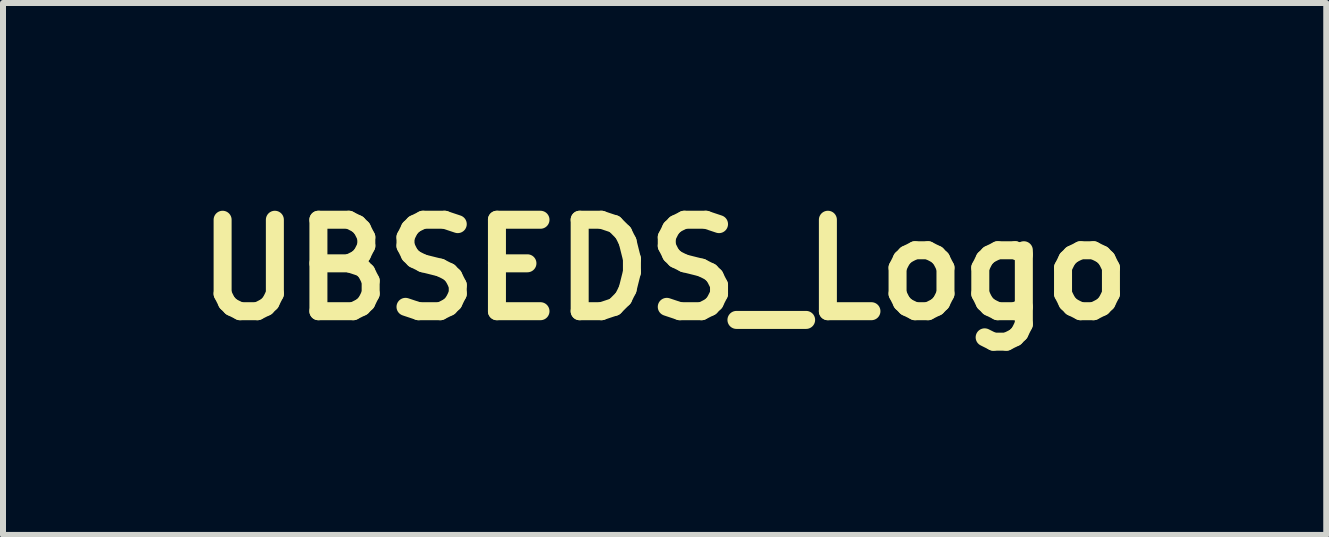
<source format=kicad_pcb>
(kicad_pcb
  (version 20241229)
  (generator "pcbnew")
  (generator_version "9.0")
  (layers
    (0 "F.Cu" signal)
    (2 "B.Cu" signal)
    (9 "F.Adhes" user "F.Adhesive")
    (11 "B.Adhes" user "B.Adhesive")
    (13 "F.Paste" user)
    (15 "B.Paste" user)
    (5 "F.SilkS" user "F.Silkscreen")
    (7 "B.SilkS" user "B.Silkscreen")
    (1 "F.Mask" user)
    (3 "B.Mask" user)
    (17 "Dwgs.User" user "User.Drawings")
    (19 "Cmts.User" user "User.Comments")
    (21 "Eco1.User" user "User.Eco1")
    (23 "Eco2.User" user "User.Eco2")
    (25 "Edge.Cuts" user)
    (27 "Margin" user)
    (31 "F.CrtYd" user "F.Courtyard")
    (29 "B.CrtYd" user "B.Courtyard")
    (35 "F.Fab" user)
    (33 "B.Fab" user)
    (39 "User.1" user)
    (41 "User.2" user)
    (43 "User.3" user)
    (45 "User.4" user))
  (footprint "UBSEDS_Logo"
    (layer "F.Cu")
    (at 8.026 1.447)
    (property "Reference" "UBSEDS_Logo" (at 0 0 0) (layer "F.SilkS") (effects (font (size 1.524 1.524) (thickness 0.3))))
    (attr board_only exclude_from_pos_files exclude_from_bom)
    (fp_poly (pts (xy -0.807 -1.446) (xy -0.791 -1.446) (xy -0.779 -1.446) (xy -0.769 -1.445) (xy -0.761 -1.445) (xy -0.754 -1.443) (xy -0.747 -1.442) (xy -0.739 -1.44) (xy -0.71 -1.43) (xy -0.684 -1.417) (xy -0.663 -1.402) (xy -0.646 -1.384) (xy -0.633 -1.363) (xy -0.625 -1.344) (xy -0.622 -1.337) (xy -0.621 -1.33) (xy -0.62 -1.322) (xy -0.619 -1.313) (xy -0.619 -1.3) (xy -0.619 -1.285) (xy -0.619 -1.268) (xy -0.619 -1.255) (xy -0.62 -1.244) (xy -0.621 -1.234) (xy -0.624 -1.224) (xy -0.626 -1.216) (xy -0.639 -1.172) (xy -0.656 -1.127) (xy -0.678 -1.079) (xy -0.703 -1.029) (xy -0.733 -0.978) (xy -0.734 -0.977) (xy -0.741 -0.965) (xy -0.747 -0.955) (xy -0.753 -0.946) (xy -0.756 -0.941) (xy -0.761 -0.932) (xy 0.692 -0.932) (xy 0.797 -0.933) (xy 0.896 -0.933) (xy 0.991 -0.933) (xy 1.081 -0.933) (xy 1.167 -0.933) (xy 1.247 -0.933) (xy 1.324 -0.932) (xy 1.396 -0.932) (xy 1.464 -0.932) (xy 1.528 -0.932) (xy 1.588 -0.932) (xy 1.644 -0.932) (xy 1.696 -0.932) (xy 1.746 -0.932) (xy 1.791 -0.932) (xy 1.834 -0.932) (xy 1.873 -0.932) (xy 1.91 -0.932) (xy 1.944 -0.932) (xy 1.975 -0.932) (xy 2.003 -0.931) (xy 2.029 -0.931) (xy 2.053 -0.931) (xy 2.074 -0.931) (xy 2.094 -0.93) (xy 2.111 -0.93) (xy 2.127 -0.93) (xy 2.141 -0.93) (xy 2.154 -0.929) (xy 2.165 -0.929) (xy 2.175 -0.929) (xy 2.184 -0.928) (xy 2.192 -0.928) (xy 2.199 -0.927) (xy 2.205 -0.927) (xy 2.211 -0.926) (xy 2.216 -0.926) (xy 2.221 -0.925) (xy 2.226 -0.925) (xy 2.23 -0.924) (xy 2.235 -0.923) (xy 2.236 -0.923) (xy 2.299 -0.912) (xy 2.359 -0.897) (xy 2.415 -0.878) (xy 2.467 -0.856) (xy 2.516 -0.829) (xy 2.562 -0.798) (xy 2.604 -0.764) (xy 2.643 -0.725) (xy 2.679 -0.683) (xy 2.711 -0.637) (xy 2.739 -0.587) (xy 2.764 -0.533) (xy 2.785 -0.476) (xy 2.803 -0.414) (xy 2.817 -0.349) (xy 2.828 -0.281) (xy 2.832 -0.251) (xy 2.834 -0.222) (xy 2.836 -0.193) (xy 2.838 -0.162) (xy 2.838 -0.129) (xy 2.838 -0.093) (xy 2.838 -0.06) (xy 2.836 -0.000236) (xy 2.833 0.055) (xy 2.827 0.107) (xy 2.82 0.156) (xy 2.811 0.203) (xy 2.8 0.248) (xy 2.788 0.289) (xy 2.78 0.313) (xy 2.77 0.338) (xy 2.76 0.363) (xy 2.749 0.388) (xy 2.738 0.411) (xy 2.727 0.43) (xy 2.72 0.443) (xy 2.716 0.449) (xy 2.714 0.454) (xy 2.714 0.454) (xy 2.716 0.455) (xy 2.724 0.455) (xy 2.736 0.455) (xy 2.753 0.455) (xy 2.774 0.455) (xy 2.799 0.455) (xy 2.828 0.455) (xy 2.861 0.455) (xy 2.897 0.455) (xy 2.936 0.455) (xy 2.978 0.455) (xy 3.022 0.455) (xy 3.069 0.455) (xy 3.118 0.455) (xy 3.17 0.455) (xy 3.223 0.455) (xy 3.277 0.455) (xy 3.306 0.455) (xy 3.897 0.454) (xy 3.918 0.449) (xy 3.945 0.44) (xy 3.967 0.43) (xy 3.987 0.419) (xy 4.005 0.406) (xy 4.014 0.397) (xy 4.033 0.375) (xy 4.048 0.351) (xy 4.058 0.325) (xy 4.065 0.296) (xy 4.068 0.263) (xy 4.069 0.247) (xy 4.067 0.215) (xy 4.062 0.185) (xy 4.054 0.159) (xy 4.042 0.136) (xy 4.027 0.114) (xy 4.02 0.107) (xy 4.002 0.09) (xy 3.98 0.076) (xy 3.956 0.064) (xy 3.928 0.054) (xy 3.898 0.046) (xy 3.894 0.045) (xy 3.89 0.045) (xy 3.885 0.044) (xy 3.88 0.043) (xy 3.874 0.043) (xy 3.867 0.042) (xy 3.857 0.042) (xy 3.846 0.041) (xy 3.833 0.041) (xy 3.816 0.041) (xy 3.797 0.041) (xy 3.775 0.04) (xy 3.749 0.04) (xy 3.719 0.04) (xy 3.685 0.04) (xy 3.646 0.039) (xy 3.607 0.039) (xy 3.562 0.039) (xy 3.522 0.038) (xy 3.487 0.038) (xy 3.456 0.038) (xy 3.428 0.037) (xy 3.404 0.037) (xy 3.383 0.037) (xy 3.364 0.036) (xy 3.348 0.036) (xy 3.334 0.035) (xy 3.322 0.034) (xy 3.31 0.033) (xy 3.3 0.032) (xy 3.29 0.031) (xy 3.28 0.03) (xy 3.27 0.028) (xy 3.259 0.026) (xy 3.255 0.026) (xy 3.203 0.015) (xy 3.154 0.001) (xy 3.108 -0.017) (xy 3.065 -0.039) (xy 3.039 -0.055) (xy 3.022 -0.068) (xy 3.004 -0.083) (xy 2.985 -0.101) (xy 2.967 -0.12) (xy 2.951 -0.138) (xy 2.939 -0.155) (xy 2.939 -0.155) (xy 2.916 -0.191) (xy 2.898 -0.231) (xy 2.883 -0.273) (xy 2.872 -0.318) (xy 2.866 -0.35) (xy 2.864 -0.366) (xy 2.862 -0.386) (xy 2.861 -0.408) (xy 2.861 -0.433) (xy 2.861 -0.458) (xy 2.861 -0.483) (xy 2.862 -0.506) (xy 2.863 -0.526) (xy 2.865 -0.543) (xy 2.866 -0.548) (xy 2.876 -0.597) (xy 2.889 -0.643) (xy 2.905 -0.684) (xy 2.925 -0.722) (xy 2.948 -0.757) (xy 2.975 -0.789) (xy 2.987 -0.801) (xy 3.02 -0.83) (xy 3.057 -0.856) (xy 3.097 -0.877) (xy 3.141 -0.896) (xy 3.189 -0.91) (xy 3.24 -0.922) (xy 3.296 -0.929) (xy 3.299 -0.93) (xy 3.306 -0.93) (xy 3.317 -0.93) (xy 3.334 -0.931) (xy 3.355 -0.931) (xy 3.382 -0.931) (xy 3.413 -0.931) (xy 3.449 -0.932) (xy 3.49 -0.932) (xy 3.536 -0.932) (xy 3.586 -0.932) (xy 3.64 -0.932) (xy 3.699 -0.932) (xy 3.763 -0.932) (xy 3.816 -0.932) (xy 4.305 -0.932) (xy 4.305 -0.638) (xy 3.813 -0.637) (xy 3.322 -0.637) (xy 3.297 -0.63) (xy 3.274 -0.623) (xy 3.255 -0.615) (xy 3.238 -0.606) (xy 3.225 -0.598) (xy 3.205 -0.58) (xy 3.187 -0.558) (xy 3.173 -0.533) (xy 3.163 -0.505) (xy 3.161 -0.498) (xy 3.158 -0.48) (xy 3.156 -0.459) (xy 3.155 -0.436) (xy 3.156 -0.414) (xy 3.158 -0.394) (xy 3.161 -0.38) (xy 3.171 -0.351) (xy 3.186 -0.325) (xy 3.204 -0.303) (xy 3.226 -0.284) (xy 3.25 -0.27) (xy 3.28 -0.258) (xy 3.313 -0.249) (xy 3.348 -0.243) (xy 3.35 -0.242) (xy 3.358 -0.242) (xy 3.37 -0.241) (xy 3.388 -0.241) (xy 3.41 -0.241) (xy 3.437 -0.24) (xy 3.468 -0.24) (xy 3.503 -0.24) (xy 3.543 -0.24) (xy 3.586 -0.24) (xy 3.605 -0.24) (xy 3.642 -0.24) (xy 3.677 -0.239) (xy 3.711 -0.239) (xy 3.743 -0.239) (xy 3.773 -0.239) (xy 3.8 -0.239) (xy 3.823 -0.238) (xy 3.843 -0.238) (xy 3.858 -0.237) (xy 3.869 -0.237) (xy 3.873 -0.237) (xy 3.933 -0.231) (xy 3.989 -0.221) (xy 4.041 -0.209) (xy 4.089 -0.192) (xy 4.133 -0.173) (xy 4.173 -0.15) (xy 4.209 -0.124) (xy 4.242 -0.094) (xy 4.252 -0.083) (xy 4.281 -0.047) (xy 4.305 -0.009) (xy 4.325 0.032) (xy 4.34 0.076) (xy 4.352 0.123) (xy 4.36 0.174) (xy 4.364 0.227) (xy 4.364 0.28) (xy 4.36 0.335) (xy 4.353 0.386) (xy 4.342 0.433) (xy 4.327 0.478) (xy 4.308 0.519) (xy 4.285 0.557) (xy 4.258 0.592) (xy 4.24 0.612) (xy 4.209 0.64) (xy 4.175 0.665) (xy 4.138 0.687) (xy 4.098 0.706) (xy 4.054 0.721) (xy 4.006 0.734) (xy 3.954 0.744) (xy 3.932 0.747) (xy 3.929 0.747) (xy 3.927 0.747) (xy 3.923 0.748) (xy 3.919 0.748) (xy 3.914 0.748) (xy 3.909 0.748) (xy 3.902 0.749) (xy 3.894 0.749) (xy 3.885 0.749) (xy 3.875 0.749) (xy 3.863 0.75) (xy 3.85 0.75) (xy 3.835 0.75) (xy 3.818 0.75) (xy 3.799 0.75) (xy 3.778 0.75) (xy 3.754 0.75) (xy 3.729 0.751) (xy 3.7 0.751) (xy 3.67 0.751) (xy 3.636 0.751) (xy 3.6 0.751) (xy 3.56 0.751) (xy 3.517 0.751) (xy 3.472 0.751) (xy 3.422 0.751) (xy 3.37 0.751) (xy 3.313 0.751) (xy 3.253 0.751) (xy 3.189 0.751) (xy 3.121 0.751) (xy 3.049 0.751) (xy 2.972 0.751) (xy 2.892 0.751) (xy 2.806 0.751) (xy 2.716 0.751) (xy 2.621 0.751) (xy 2.522 0.751) (xy 2.417 0.751) (xy 2.369 0.751) (xy 2.258 0.751) (xy 2.153 0.751) (xy 2.053 0.751) (xy 1.958 0.751) (xy 1.867 0.751) (xy 1.781 0.751) (xy 1.7 0.751) (xy 1.623 0.751) (xy 1.551 0.751) (xy 1.482 0.751) (xy 1.418 0.751) (xy 1.358 0.751) (xy 1.301 0.751) (xy 1.248 0.751) (xy 1.199 0.751) (xy 1.154 0.751) (xy 1.111 0.751) (xy 1.072 0.751) (xy 1.037 0.75) (xy 1.004 0.75) (xy 0.974 0.75) (xy 0.947 0.75) (xy 0.923 0.75) (xy 0.902 0.75) (xy 0.883 0.75) (xy 0.866 0.749) (xy 0.852 0.749) (xy 0.84 0.749) (xy 0.829 0.749) (xy 0.821 0.749) (xy 0.815 0.748) (xy 0.81 0.748) (xy 0.807 0.748) (xy 0.742 0.739) (xy 0.68 0.727) (xy 0.623 0.712) (xy 0.569 0.693) (xy 0.519 0.671) (xy 0.472 0.645) (xy 0.428 0.616) (xy 0.388 0.583) (xy 0.351 0.546) (xy 0.336 0.53) (xy 0.303 0.487) (xy 0.272 0.44) (xy 0.245 0.389) (xy 0.222 0.334) (xy 0.202 0.276) (xy 0.185 0.214) (xy 0.173 0.15) (xy 0.172 0.146) (xy 0.164 0.085) (xy 0.158 0.023) (xy 0.155 -0.041) (xy 0.154 -0.106) (xy 0.156 -0.17) (xy 0.159 -0.216) (xy 0.455 -0.216) (xy 1.112 -0.216) (xy 1.112 0.039) (xy 0.455 0.039) (xy 0.457 0.053) (xy 0.465 0.107) (xy 0.477 0.158) (xy 0.491 0.204) (xy 0.508 0.246) (xy 0.528 0.283) (xy 0.551 0.317) (xy 0.577 0.347) (xy 0.607 0.373) (xy 0.64 0.395) (xy 0.676 0.414) (xy 0.716 0.429) (xy 0.759 0.441) (xy 0.771 0.444) (xy 0.786 0.447) (xy 0.802 0.449) (xy 0.817 0.452) (xy 0.827 0.453) (xy 0.834 0.453) (xy 0.845 0.454) (xy 0.86 0.454) (xy 0.879 0.454) (xy 0.901 0.454) (xy 0.926 0.455) (xy 0.953 0.455) (xy 0.982 0.455) (xy 1.012 0.455) (xy 1.043 0.455) (xy 1.075 0.455) (xy 1.107 0.455) (xy 1.139 0.455) (xy 1.17 0.455) (xy 1.199 0.455) (xy 1.227 0.455) (xy 1.253 0.455) (xy 1.277 0.455) (xy 1.297 0.455) (xy 1.314 0.454) (xy 1.328 0.454) (xy 1.337 0.454) (xy 1.341 0.453) (xy 1.341 0.453) (xy 1.342 0.453) (xy 1.343 0.452) (xy 1.343 0.451) (xy 1.343 0.449) (xy 1.344 0.446) (xy 1.344 0.442) (xy 1.345 0.437) (xy 1.345 0.431) (xy 1.345 0.422) (xy 1.345 0.412) (xy 1.346 0.399) (xy 1.346 0.384) (xy 1.346 0.367) (xy 1.346 0.347) (xy 1.346 0.323) (xy 1.346 0.297) (xy 1.346 0.267) (xy 1.346 0.233) (xy 1.346 0.196) (xy 1.346 0.154) (xy 1.346 0.109) (xy 1.346 0.059) (xy 1.346 0.004) (xy 1.346 -0.056) (xy 1.346 -0.09) (xy 1.346 -0.091) (xy 1.649 -0.091) (xy 1.649 -0.029) (xy 1.649 0.029) (xy 1.649 0.082) (xy 1.649 0.13) (xy 1.649 0.174) (xy 1.649 0.213) (xy 1.649 0.249) (xy 1.649 0.281) (xy 1.649 0.31) (xy 1.649 0.335) (xy 1.649 0.357) (xy 1.649 0.376) (xy 1.649 0.392) (xy 1.65 0.406) (xy 1.65 0.417) (xy 1.65 0.427) (xy 1.65 0.435) (xy 1.651 0.441) (xy 1.651 0.445) (xy 1.651 0.448) (xy 1.652 0.451) (xy 1.652 0.452) (xy 1.653 0.453) (xy 1.653 0.453) (xy 1.657 0.453) (xy 1.665 0.454) (xy 1.679 0.454) (xy 1.698 0.455) (xy 1.722 0.455) (xy 1.751 0.455) (xy 1.785 0.455) (xy 1.824 0.456) (xy 1.868 0.456) (xy 1.897 0.456) (xy 1.94 0.456) (xy 1.978 0.456) (xy 2.011 0.456) (xy 2.04 0.455) (xy 2.065 0.455) (xy 2.087 0.455) (xy 2.106 0.455) (xy 2.121 0.455) (xy 2.135 0.454) (xy 2.146 0.454) (xy 2.155 0.453) (xy 2.163 0.453) (xy 2.17 0.452) (xy 2.17 0.452) (xy 2.219 0.444) (xy 2.264 0.433) (xy 2.306 0.419) (xy 2.343 0.401) (xy 2.378 0.38) (xy 2.408 0.355) (xy 2.436 0.326) (xy 2.46 0.293) (xy 2.481 0.257) (xy 2.499 0.216) (xy 2.513 0.171) (xy 2.525 0.122) (xy 2.534 0.071) (xy 2.539 0.024) (xy 2.543 -0.025) (xy 2.544 -0.075) (xy 2.544 -0.126) (xy 2.542 -0.176) (xy 2.537 -0.224) (xy 2.532 -0.27) (xy 2.525 -0.307) (xy 2.513 -0.356) (xy 2.498 -0.4) (xy 2.48 -0.44) (xy 2.46 -0.475) (xy 2.436 -0.507) (xy 2.409 -0.536) (xy 2.379 -0.56) (xy 2.37 -0.567) (xy 2.342 -0.583) (xy 2.313 -0.598) (xy 2.282 -0.61) (xy 2.248 -0.62) (xy 2.21 -0.628) (xy 2.192 -0.631) (xy 2.186 -0.632) (xy 2.18 -0.633) (xy 2.174 -0.633) (xy 2.168 -0.634) (xy 2.16 -0.635) (xy 2.151 -0.635) (xy 2.141 -0.635) (xy 2.128 -0.636) (xy 2.114 -0.636) (xy 2.096 -0.636) (xy 2.076 -0.637) (xy 2.052 -0.637) (xy 2.024 -0.637) (xy 1.992 -0.637) (xy 1.956 -0.637) (xy 1.915 -0.637) (xy 1.91 -0.637) (xy 1.862 -0.638) (xy 1.818 -0.638) (xy 1.78 -0.638) (xy 1.747 -0.638) (xy 1.719 -0.637) (xy 1.696 -0.637) (xy 1.678 -0.637) (xy 1.665 -0.636) (xy 1.658 -0.636) (xy 1.656 -0.636) (xy 1.649 -0.633) (xy 1.649 -0.091) (xy 1.346 -0.091) (xy 1.346 -0.152) (xy 1.346 -0.21) (xy 1.346 -0.263) (xy 1.346 -0.311) (xy 1.346 -0.355) (xy 1.346 -0.395) (xy 1.346 -0.43) (xy 1.346 -0.462) (xy 1.346 -0.491) (xy 1.346 -0.516) (xy 1.346 -0.538) (xy 1.346 -0.557) (xy 1.346 -0.573) (xy 1.345 -0.587) (xy 1.345 -0.599) (xy 1.345 -0.608) (xy 1.345 -0.616) (xy 1.344 -0.621) (xy 1.344 -0.626) (xy 1.343 -0.629) (xy 1.343 -0.631) (xy 1.343 -0.633) (xy 1.342 -0.633) (xy 1.339 -0.634) (xy 1.331 -0.634) (xy 1.318 -0.635) (xy 1.302 -0.635) (xy 1.282 -0.636) (xy 1.26 -0.636) (xy 1.234 -0.637) (xy 1.207 -0.637) (xy 1.178 -0.637) (xy 1.148 -0.638) (xy 1.117 -0.638) (xy 1.085 -0.638) (xy 1.054 -0.638) (xy 1.023 -0.638) (xy 0.993 -0.638) (xy 0.965 -0.638) (xy 0.939 -0.638) (xy 0.914 -0.637) (xy 0.893 -0.637) (xy 0.875 -0.637) (xy 0.86 -0.636) (xy 0.85 -0.635) (xy 0.849 -0.635) (xy 0.798 -0.63) (xy 0.751 -0.62) (xy 0.707 -0.608) (xy 0.668 -0.591) (xy 0.631 -0.572) (xy 0.599 -0.548) (xy 0.57 -0.521) (xy 0.544 -0.49) (xy 0.522 -0.454) (xy 0.502 -0.415) (xy 0.486 -0.372) (xy 0.477 -0.34) (xy 0.472 -0.319) (xy 0.467 -0.296) (xy 0.462 -0.271) (xy 0.459 -0.247) (xy 0.457 -0.232) (xy 0.455 -0.216) (xy 0.159 -0.216) (xy 0.161 -0.233) (xy 0.168 -0.294) (xy 0.177 -0.352) (xy 0.188 -0.404) (xy 0.203 -0.457) (xy 0.22 -0.509) (xy 0.241 -0.558) (xy 0.263 -0.603) (xy 0.271 -0.618) (xy 0.276 -0.626) (xy 0.28 -0.633) (xy 0.281 -0.636) (xy 0.281 -0.637) (xy 0.279 -0.637) (xy 0.271 -0.637) (xy 0.259 -0.637) (xy 0.242 -0.637) (xy 0.221 -0.637) (xy 0.196 -0.637) (xy 0.167 -0.637) (xy 0.134 -0.637) (xy 0.098 -0.637) (xy 0.059 -0.638) (xy 0.017 -0.638) (xy -0.027 -0.638) (xy -0.074 -0.638) (xy -0.124 -0.638) (xy -0.175 -0.637) (xy -0.228 -0.637) (xy -0.282 -0.637) (xy -0.313 -0.637) (xy -0.379 -0.637) (xy -0.44 -0.637) (xy -0.497 -0.637) (xy -0.548 -0.637) (xy -0.596 -0.637) (xy -0.639 -0.637) (xy -0.678 -0.637) (xy -0.714 -0.637) (xy -0.746 -0.636) (xy -0.774 -0.636) (xy -0.8 -0.636) (xy -0.822 -0.636) (xy -0.842 -0.636) (xy -0.859 -0.635) (xy -0.874 -0.635) (xy -0.887 -0.634) (xy -0.898 -0.634) (xy -0.908 -0.633) (xy -0.916 -0.633) (xy -0.922 -0.632) (xy -0.928 -0.631) (xy -0.933 -0.63) (xy -0.937 -0.629) (xy -0.941 -0.628) (xy -0.944 -0.627) (xy -0.948 -0.626) (xy -0.951 -0.625) (xy -0.955 -0.623) (xy -0.957 -0.623) (xy -0.984 -0.611) (xy -1.008 -0.595) (xy -1.029 -0.576) (xy -1.046 -0.554) (xy -1.054 -0.539) (xy -1.061 -0.523) (xy -1.067 -0.509) (xy -1.07 -0.495) (xy -1.073 -0.479) (xy -1.074 -0.461) (xy -1.074 -0.44) (xy -1.074 -0.439) (xy -1.074 -0.422) (xy -1.074 -0.409) (xy -1.073 -0.398) (xy -1.071 -0.389) (xy -1.069 -0.381) (xy -1.068 -0.377) (xy -1.058 -0.349) (xy -1.045 -0.325) (xy -1.028 -0.304) (xy -1.007 -0.286) (xy -0.982 -0.271) (xy -0.953 -0.259) (xy -0.92 -0.249) (xy -0.912 -0.247) (xy -0.907 -0.246) (xy -0.903 -0.245) (xy -0.899 -0.244) (xy -0.893 -0.244) (xy -0.887 -0.243) (xy -0.88 -0.243) (xy -0.87 -0.242) (xy -0.859 -0.242) (xy -0.845 -0.242) (xy -0.829 -0.241) (xy -0.81 -0.241) (xy -0.788 -0.241) (xy -0.762 -0.241) (xy -0.732 -0.24) (xy -0.697 -0.24) (xy -0.659 -0.24) (xy -0.617 -0.24) (xy -0.572 -0.239) (xy -0.531 -0.239) (xy -0.494 -0.239) (xy -0.462 -0.238) (xy -0.434 -0.238) (xy -0.409 -0.238) (xy -0.387 -0.237) (xy -0.368 -0.237) (xy -0.351 -0.236) (xy -0.336 -0.235) (xy -0.323 -0.234) (xy -0.311 -0.233) (xy -0.3 -0.232) (xy -0.29 -0.231) (xy -0.28 -0.229) (xy -0.269 -0.227) (xy -0.259 -0.225) (xy -0.247 -0.223) (xy -0.246 -0.223) (xy -0.193 -0.21) (xy -0.145 -0.194) (xy -0.1 -0.174) (xy -0.059 -0.151) (xy -0.022 -0.124) (xy 0.011 -0.094) (xy 0.04 -0.061) (xy 0.066 -0.023) (xy 0.088 0.017) (xy 0.1 0.047) (xy 0.113 0.085) (xy 0.123 0.126) (xy 0.13 0.17) (xy 0.134 0.216) (xy 0.135 0.263) (xy 0.133 0.311) (xy 0.129 0.35) (xy 0.12 0.401) (xy 0.107 0.449) (xy 0.089 0.494) (xy 0.068 0.536) (xy 0.055 0.556) (xy 0.042 0.574) (xy 0.026 0.593) (xy 0.008 0.613) (xy -0.012 0.631) (xy -0.031 0.648) (xy -0.048 0.661) (xy -0.087 0.684) (xy -0.129 0.704) (xy -0.174 0.72) (xy -0.221 0.734) (xy -0.271 0.743) (xy -0.273 0.743) (xy -0.281 0.744) (xy -0.289 0.745) (xy -0.298 0.746) (xy -0.306 0.747) (xy -0.316 0.748) (xy -0.326 0.749) (xy -0.337 0.749) (xy -0.35 0.75) (xy -0.365 0.75) (xy -0.381 0.751) (xy -0.4 0.751) (xy -0.421 0.751) (xy -0.445 0.752) (xy -0.472 0.752) (xy -0.501 0.752) (xy -0.535 0.752) (xy -0.571 0.752) (xy -0.612 0.752) (xy -0.657 0.753) (xy -0.706 0.753) (xy -0.759 0.753) (xy -0.818 0.753) (xy -0.857 0.753) (xy -1.341 0.753) (xy -1.341 0.456) (xy -0.848 0.456) (xy -0.788 0.456) (xy -0.733 0.456) (xy -0.683 0.456) (xy -0.637 0.456) (xy -0.595 0.456) (xy -0.558 0.456) (xy -0.524 0.456) (xy -0.494 0.455) (xy -0.467 0.455) (xy -0.444 0.455) (xy -0.424 0.455) (xy -0.406 0.455) (xy -0.39 0.455) (xy -0.377 0.454) (xy -0.367 0.454) (xy -0.357 0.454) (xy -0.35 0.453) (xy -0.344 0.453) (xy -0.339 0.453) (xy -0.334 0.452) (xy -0.331 0.452) (xy -0.331 0.452) (xy -0.297 0.444) (xy -0.267 0.432) (xy -0.24 0.417) (xy -0.217 0.398) (xy -0.198 0.376) (xy -0.182 0.351) (xy -0.173 0.328) (xy -0.168 0.309) (xy -0.164 0.289) (xy -0.162 0.268) (xy -0.162 0.243) (xy -0.162 0.235) (xy -0.165 0.203) (xy -0.171 0.175) (xy -0.18 0.15) (xy -0.193 0.127) (xy -0.206 0.111) (xy -0.223 0.095) (xy -0.243 0.081) (xy -0.267 0.068) (xy -0.293 0.057) (xy -0.307 0.052) (xy -0.316 0.05) (xy -0.324 0.048) (xy -0.332 0.046) (xy -0.34 0.045) (xy -0.35 0.044) (xy -0.36 0.043) (xy -0.373 0.042) (xy -0.387 0.041) (xy -0.403 0.04) (xy -0.423 0.04) (xy -0.445 0.04) (xy -0.471 0.039) (xy -0.501 0.039) (xy -0.534 0.039) (xy -0.573 0.039) (xy -0.608 0.039) (xy -0.642 0.039) (xy -0.677 0.039) (xy -0.71 0.039) (xy -0.741 0.039) (xy -0.771 0.038) (xy -0.798 0.038) (xy -0.822 0.038) (xy -0.842 0.037) (xy -0.858 0.037) (xy -0.87 0.037) (xy -0.874 0.036) (xy -0.933 0.031) (xy -0.989 0.023) (xy -1.04 0.012) (xy -1.087 -0.003) (xy -1.131 -0.021) (xy -1.171 -0.043) (xy -1.208 -0.068) (xy -1.214 -0.073) (xy -1.244 -0.099) (xy -1.271 -0.128) (xy -1.295 -0.161) (xy -1.316 -0.195) (xy -1.332 -0.23) (xy -1.339 -0.248) (xy -1.345 -0.265) (xy -1.372 -0.241) (xy -1.37 -0.229) (xy -1.366 -0.208) (xy -1.364 -0.182) (xy -1.361 -0.154) (xy -1.36 -0.123) (xy -1.359 -0.092) (xy -1.358 -0.06) (xy -1.358 -0.029) (xy -1.359 -0.001) (xy -1.361 0.025) (xy -1.362 0.031) (xy -1.372 0.106) (xy -1.387 0.178) (xy -1.407 0.249) (xy -1.431 0.317) (xy -1.461 0.384) (xy -1.494 0.448) (xy -1.532 0.51) (xy -1.575 0.569) (xy -1.621 0.625) (xy -1.672 0.678) (xy -1.727 0.728) (xy -1.749 0.746) (xy -1.781 0.77) (xy -1.816 0.794) (xy -1.853 0.818) (xy -1.89 0.84) (xy -1.927 0.86) (xy -1.95 0.872) (xy -2.018 0.901) (xy -2.087 0.925) (xy -2.157 0.944) (xy -2.228 0.959) (xy -2.3 0.968) (xy -2.372 0.972) (xy -2.444 0.972) (xy -2.515 0.966) (xy -2.587 0.955) (xy -2.657 0.94) (xy -2.727 0.919) (xy -2.796 0.894) (xy -2.822 0.882) (xy -2.851 0.87) (xy -2.918 0.908) (xy -3.005 0.957) (xy -3.089 1.003) (xy -3.171 1.046) (xy -3.251 1.085) (xy -3.328 1.122) (xy -3.403 1.156) (xy -3.475 1.186) (xy -3.544 1.214) (xy -3.61 1.238) (xy -3.673 1.259) (xy -3.734 1.276) (xy -3.79 1.291) (xy -3.844 1.301) (xy -3.894 1.309) (xy -3.941 1.313) (xy -3.984 1.314) (xy -4.009 1.312) (xy -4.041 1.308) (xy -4.071 1.3) (xy -4.098 1.289) (xy -4.121 1.276) (xy -4.14 1.259) (xy -4.155 1.241) (xy -4.161 1.23) (xy -4.167 1.217) (xy -4.172 1.204) (xy -4.175 1.19) (xy -4.177 1.174) (xy -4.177 1.173) (xy -4.178 1.143) (xy -4.175 1.109) (xy -4.167 1.073) (xy -4.156 1.034) (xy -4.14 0.993) (xy -4.12 0.949) (xy -4.097 0.903) (xy -4.069 0.855) (xy -4.059 0.839) (xy -3.764 0.839) (xy -3.764 0.86) (xy -3.763 0.88) (xy -3.759 0.897) (xy -3.759 0.9) (xy -3.749 0.924) (xy -3.735 0.944) (xy -3.717 0.962) (xy -3.695 0.976) (xy -3.669 0.987) (xy -3.639 0.995) (xy -3.626 0.997) (xy -3.612 0.999) (xy -3.595 0.999) (xy -3.575 0.999) (xy -3.553 0.999) (xy -3.53 0.997) (xy -3.508 0.996) (xy -3.487 0.993) (xy -3.472 0.991) (xy -3.42 0.981) (xy -3.365 0.967) (xy -3.308 0.95) (xy -3.249 0.931) (xy -3.186 0.907) (xy -3.121 0.881) (xy -3.053 0.851) (xy -3.011 0.832) (xy -2.997 0.825) (xy -2.984 0.819) (xy -2.974 0.813) (xy -2.967 0.81) (xy -2.964 0.808) (xy -2.964 0.807) (xy -2.966 0.805) (xy -2.971 0.801) (xy -2.979 0.795) (xy -2.989 0.788) (xy -3.015 0.771) (xy -3.044 0.784) (xy -3.095 0.806) (xy -3.145 0.826) (xy -3.196 0.844) (xy -3.246 0.86) (xy -3.294 0.874) (xy -3.339 0.886) (xy -3.381 0.895) (xy -3.39 0.896) (xy -3.408 0.899) (xy -3.429 0.901) (xy -3.452 0.902) (xy -3.474 0.903) (xy -3.496 0.902) (xy -3.516 0.901) (xy -3.532 0.9) (xy -3.543 0.898) (xy -3.569 0.889) (xy -3.592 0.877) (xy -3.611 0.861) (xy -3.626 0.843) (xy -3.636 0.822) (xy -3.641 0.805) (xy -3.643 0.79) (xy -3.643 0.772) (xy -3.642 0.751) (xy -3.639 0.731) (xy -3.635 0.711) (xy -3.634 0.707) (xy -3.624 0.673) (xy -3.609 0.636) (xy -3.59 0.596) (xy -3.579 0.576) (xy -3.371 0.576) (xy -3.37 0.602) (xy -3.364 0.624) (xy -3.354 0.644) (xy -3.341 0.66) (xy -3.323 0.674) (xy -3.301 0.684) (xy -3.275 0.691) (xy -3.264 0.693) (xy -3.25 0.694) (xy -3.233 0.694) (xy -3.214 0.694) (xy -3.194 0.693) (xy -3.175 0.691) (xy -3.158 0.689) (xy -3.158 0.689) (xy -3.142 0.686) (xy -3.132 0.685) (xy -3.126 0.683) (xy -3.124 0.68) (xy -3.127 0.675) (xy -3.133 0.668) (xy -3.143 0.658) (xy -3.147 0.654) (xy -3.19 0.606) (xy -3.231 0.556) (xy -3.268 0.502) (xy -3.301 0.448) (xy -3.306 0.439) (xy -3.319 0.416) (xy -3.326 0.43) (xy -3.335 0.449) (xy -3.344 0.47) (xy -3.352 0.491) (xy -3.359 0.51) (xy -3.361 0.516) (xy -3.368 0.548) (xy -3.371 0.576) (xy -3.579 0.576) (xy -3.567 0.554) (xy -3.54 0.511) (xy -3.51 0.466) (xy -3.477 0.419) (xy -3.441 0.371) (xy -3.403 0.325) (xy -3.375 0.291) (xy -3.385 0.262) (xy -3.389 0.25) (xy -3.392 0.241) (xy -3.395 0.234) (xy -3.396 0.232) (xy -3.396 0.232) (xy -3.398 0.234) (xy -3.403 0.239) (xy -3.41 0.246) (xy -3.419 0.256) (xy -3.422 0.26) (xy -3.476 0.321) (xy -3.524 0.381) (xy -3.569 0.438) (xy -3.609 0.493) (xy -3.644 0.546) (xy -3.675 0.596) (xy -3.702 0.644) (xy -3.724 0.69) (xy -3.741 0.734) (xy -3.754 0.775) (xy -3.76 0.797) (xy -3.763 0.817) (xy -3.764 0.839) (xy -4.059 0.839) (xy -4.038 0.804) (xy -4.002 0.751) (xy -3.963 0.697) (xy -3.921 0.64) (xy -3.874 0.582) (xy -3.824 0.522) (xy -3.771 0.461) (xy -3.733 0.419) (xy -3.701 0.384) (xy -3.668 0.349) (xy -3.633 0.312) (xy -3.595 0.274) (xy -3.556 0.234) (xy -3.513 0.192) (xy -3.467 0.147) (xy -3.455 0.135) (xy -3.424 0.105) (xy -3.428 0.076) (xy -3.433 0.034) (xy -3.436 -0.01) (xy -3.437 -0.056) (xy -3.437 -0.101) (xy -3.435 -0.145) (xy -3.431 -0.186) (xy -3.43 -0.198) (xy -3.418 -0.272) (xy -3.4 -0.344) (xy -3.378 -0.414) (xy -3.374 -0.425) (xy -1.419 -0.425) (xy -1.419 -0.423) (xy -1.417 -0.416) (xy -1.414 -0.406) (xy -1.41 -0.394) (xy -1.41 -0.394) (xy -1.4 -0.364) (xy -1.37 -0.397) (xy -1.371 -0.441) (xy -1.371 -0.457) (xy -1.371 -0.469) (xy -1.372 -0.477) (xy -1.372 -0.481) (xy -1.373 -0.482) (xy -1.374 -0.481) (xy -1.378 -0.477) (xy -1.384 -0.469) (xy -1.391 -0.461) (xy -1.399 -0.451) (xy -1.406 -0.442) (xy -1.413 -0.434) (xy -1.417 -0.429) (xy -1.419 -0.426) (xy -1.419 -0.425) (xy -3.374 -0.425) (xy -3.352 -0.482) (xy -3.32 -0.548) (xy -3.284 -0.611) (xy -3.265 -0.642) (xy -3.222 -0.702) (xy -3.175 -0.758) (xy -3.125 -0.811) (xy -3.118 -0.817) (xy -1.674 -0.817) (xy -1.642 -0.782) (xy -1.601 -0.735) (xy -1.563 -0.687) (xy -1.528 -0.638) (xy -1.498 -0.589) (xy -1.492 -0.58) (xy -1.487 -0.57) (xy -1.482 -0.562) (xy -1.478 -0.556) (xy -1.477 -0.555) (xy -1.475 -0.557) (xy -1.471 -0.563) (xy -1.467 -0.572) (xy -1.461 -0.583) (xy -1.46 -0.585) (xy -1.446 -0.619) (xy -1.435 -0.65) (xy -1.428 -0.68) (xy -1.425 -0.707) (xy -1.425 -0.725) (xy -1.429 -0.749) (xy -1.436 -0.77) (xy -1.448 -0.788) (xy -1.463 -0.802) (xy -1.48 -0.813) (xy -1.503 -0.821) (xy -1.529 -0.827) (xy -1.559 -0.829) (xy -1.592 -0.828) (xy -1.629 -0.825) (xy -1.659 -0.82) (xy -1.674 -0.817) (xy -3.118 -0.817) (xy -3.072 -0.859) (xy -3.016 -0.904) (xy -2.96 -0.943) (xy -1.834 -0.943) (xy -1.808 -0.924) (xy -1.781 -0.906) (xy -1.73 -0.928) (xy -1.668 -0.953) (xy -1.609 -0.976) (xy -1.553 -0.994) (xy -1.501 -1.01) (xy -1.451 -1.022) (xy -1.404 -1.031) (xy -1.361 -1.037) (xy -1.322 -1.039) (xy -1.286 -1.037) (xy -1.254 -1.033) (xy -1.254 -1.033) (xy -1.231 -1.026) (xy -1.209 -1.015) (xy -1.191 -1.002) (xy -1.175 -0.987) (xy -1.166 -0.972) (xy -1.157 -0.95) (xy -1.152 -0.926) (xy -1.151 -0.9) (xy -1.153 -0.88) (xy -1.155 -0.872) (xy -1.155 -0.868) (xy -1.155 -0.867) (xy -1.152 -0.868) (xy -1.146 -0.871) (xy -1.137 -0.875) (xy -1.131 -0.879) (xy -1.119 -0.884) (xy -1.103 -0.89) (xy -1.087 -0.896) (xy -1.073 -0.901) (xy -1.04 -0.912) (xy -1.035 -0.936) (xy -1.033 -0.955) (xy -1.031 -0.976) (xy -1.031 -0.997) (xy -1.033 -1.015) (xy -1.035 -1.029) (xy -1.044 -1.054) (xy -1.057 -1.075) (xy -1.074 -1.093) (xy -1.095 -1.108) (xy -1.12 -1.12) (xy -1.15 -1.128) (xy -1.177 -1.133) (xy -1.213 -1.135) (xy -1.253 -1.134) (xy -1.296 -1.13) (xy -1.343 -1.123) (xy -1.393 -1.112) (xy -1.446 -1.098) (xy -1.502 -1.08) (xy -1.562 -1.06) (xy -1.624 -1.036) (xy -1.688 -1.01) (xy -1.755 -0.98) (xy -1.798 -0.96) (xy -1.834 -0.943) (xy -2.96 -0.943) (xy -2.957 -0.944) (xy -2.895 -0.981) (xy -2.831 -1.013) (xy -2.764 -1.041) (xy -2.696 -1.064) (xy -2.626 -1.082) (xy -2.554 -1.096) (xy -2.48 -1.104) (xy -2.48 -1.104) (xy -2.459 -1.106) (xy -2.434 -1.106) (xy -2.406 -1.107) (xy -2.377 -1.106) (xy -2.348 -1.105) (xy -2.32 -1.104) (xy -2.295 -1.102) (xy -2.272 -1.1) (xy -2.264 -1.099) (xy -2.19 -1.087) (xy -2.118 -1.069) (xy -2.048 -1.047) (xy -1.979 -1.02) (xy -1.974 -1.018) (xy -1.962 -1.012) (xy -1.953 -1.009) (xy -1.947 -1.007) (xy -1.943 -1.006) (xy -1.94 -1.007) (xy -1.938 -1.008) (xy -1.842 -1.063) (xy -1.749 -1.114) (xy -1.659 -1.162) (xy -1.574 -1.206) (xy -1.491 -1.246) (xy -1.412 -1.282) (xy -1.336 -1.315) (xy -1.263 -1.344) (xy -1.193 -1.37) (xy -1.126 -1.392) (xy -1.062 -1.411) (xy -1.001 -1.426) (xy -0.991 -1.428) (xy -0.965 -1.434) (xy -0.944 -1.438) (xy -0.924 -1.441) (xy -0.907 -1.443) (xy -0.889 -1.445) (xy -0.871 -1.446) (xy -0.85 -1.446) (xy -0.827 -1.447)) (stroke (width 0) (type solid)) (fill yes) (layer "F.Mask")))
  (gr_rect
    (start -3 -3)
    (end 19.053 5.865)
    (stroke (width 0.1) (type default))
    (fill no)
    (layer "Edge.Cuts")))
</source>
